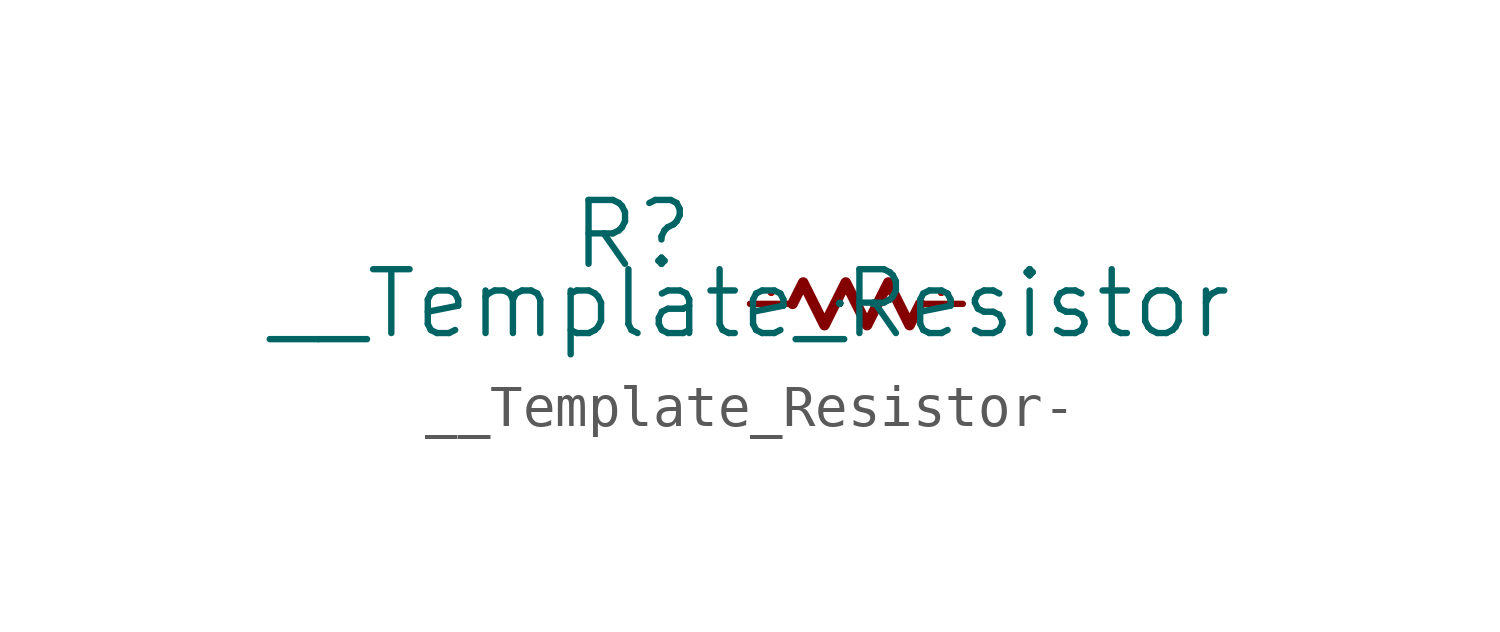
<source format=kicad_sym>
(kicad_symbol_lib
  (version 20220914)
  (generator kicad_symbol_editor)
  (symbol "__Template_Resistor-"
    (pin_names
      (offset 1.016))
    (property "Reference" "R"
      (at -4.318 0.762 0)
      (effects (font (size 1.524 1.524)) (justify left bottom)))
    (property "Value" "__Template_Resistor"
      (at 0 0 0)
      (effects (font (size 1.524 1.524))))
    (property "Footprint" ""
      (at 0 0 0)
      (effects (font (size 1.524 1.524))))
    (property "Datasheet" ""
      (at 0 0 0)
      (effects (font (size 1.524 1.524))))
    (symbol "__Template_Resistor-_0_1"
      (polyline (pts (xy 1.016 0) (xy 1.27 0.508) (xy 1.778 -0.508) (xy 2.286 0.508) (xy 2.794 -0.508) (xy 3.302 0.508) (xy 3.81 -0.508) (xy 4.064 0)) (stroke (width 0.254) (type solid)) (fill (type none)))
      (pin passive line (at 0 0 0) (length 1.016) (name "P" (effects (font (size 0.025 0.025)))) (number "1" (effects (font (size 0.025 0.025)))))
      (pin passive line (at 5.08 0 180) (length 1.016) (name "P" (effects (font (size 0.025 0.025)))) (number "2" (effects (font (size 0.025 0.025))))))))
</source>
